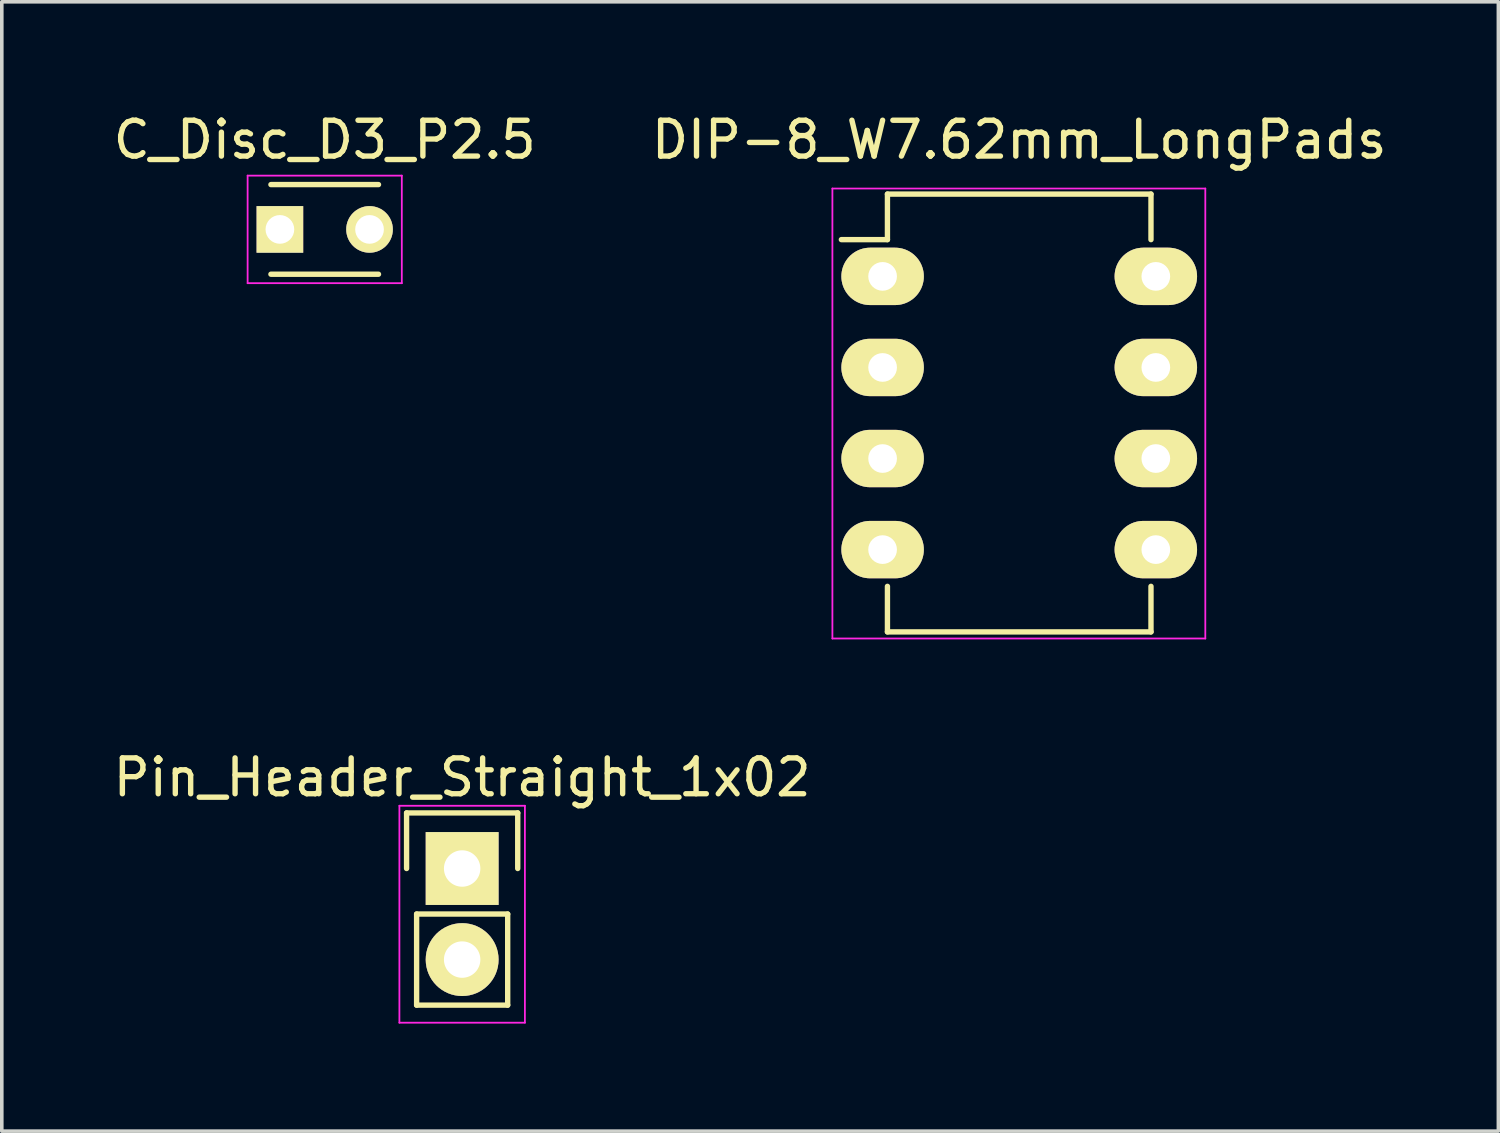
<source format=kicad_pcb>
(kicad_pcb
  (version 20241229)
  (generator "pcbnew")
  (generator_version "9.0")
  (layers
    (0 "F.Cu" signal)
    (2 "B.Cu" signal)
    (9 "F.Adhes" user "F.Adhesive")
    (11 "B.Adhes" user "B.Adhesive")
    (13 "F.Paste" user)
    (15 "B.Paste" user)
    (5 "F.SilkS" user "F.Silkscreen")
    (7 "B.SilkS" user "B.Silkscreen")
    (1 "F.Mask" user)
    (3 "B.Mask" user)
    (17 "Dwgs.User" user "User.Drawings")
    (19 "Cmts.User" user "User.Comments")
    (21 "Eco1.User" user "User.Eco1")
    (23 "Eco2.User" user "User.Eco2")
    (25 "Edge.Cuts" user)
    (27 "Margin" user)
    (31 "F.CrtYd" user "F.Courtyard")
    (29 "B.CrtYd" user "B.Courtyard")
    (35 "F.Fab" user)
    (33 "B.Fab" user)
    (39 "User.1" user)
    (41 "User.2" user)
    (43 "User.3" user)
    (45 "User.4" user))
  (footprint "DIP-8_W7.62mm_LongPads"
    (layer "F.Cu")
    (at 21.565 4.658)
    (property "Reference" "DIP-8_W7.62mm_LongPads" (at 3.81 -3.81 0) (layer "F.SilkS") (effects (font (size 1 1) (thickness 0.15))))
    (attr through_hole)
    (fp_line (start 0.135 -2.295) (end 0.135 -1.025) (stroke (width 0.15) (type solid)) (layer "F.SilkS"))
    (fp_line (start 0.135 -2.295) (end 7.485 -2.295) (stroke (width 0.15) (type solid)) (layer "F.SilkS"))
    (fp_line (start 0.135 -1.025) (end -1.15 -1.025) (stroke (width 0.15) (type solid)) (layer "F.SilkS"))
    (fp_line (start 0.135 9.915) (end 0.135 8.645) (stroke (width 0.15) (type solid)) (layer "F.SilkS"))
    (fp_line (start 0.135 9.915) (end 7.485 9.915) (stroke (width 0.15) (type solid)) (layer "F.SilkS"))
    (fp_line (start 7.485 -2.295) (end 7.485 -1.025) (stroke (width 0.15) (type solid)) (layer "F.SilkS"))
    (fp_line (start 7.485 9.915) (end 7.485 8.645) (stroke (width 0.15) (type solid)) (layer "F.SilkS"))
    (fp_line (start -1.4 -2.45) (end -1.4 10.1) (stroke (width 0.05) (type solid)) (layer "F.CrtYd"))
    (fp_line (start -1.4 -2.45) (end 9 -2.45) (stroke (width 0.05) (type solid)) (layer "F.CrtYd"))
    (fp_line (start -1.4 10.1) (end 9 10.1) (stroke (width 0.05) (type solid)) (layer "F.CrtYd"))
    (fp_line (start 9 -2.45) (end 9 10.1) (stroke (width 0.05) (type solid)) (layer "F.CrtYd"))
    (pad "1" thru_hole oval (at 0 0) (size 2.3 1.6) (drill 0.8) (layers "*.Cu" "*.Mask" "F.SilkS"))
    (pad "2" thru_hole oval (at 0 2.54) (size 2.3 1.6) (drill 0.8) (layers "*.Cu" "*.Mask" "F.SilkS"))
    (pad "3" thru_hole oval (at 0 5.08) (size 2.3 1.6) (drill 0.8) (layers "*.Cu" "*.Mask" "F.SilkS"))
    (pad "4" thru_hole oval (at 0 7.62) (size 2.3 1.6) (drill 0.8) (layers "*.Cu" "*.Mask" "F.SilkS"))
    (pad "5" thru_hole oval (at 7.62 7.62) (size 2.3 1.6) (drill 0.8) (layers "*.Cu" "*.Mask" "F.SilkS"))
    (pad "6" thru_hole oval (at 7.62 5.08) (size 2.3 1.6) (drill 0.8) (layers "*.Cu" "*.Mask" "F.SilkS"))
    (pad "7" thru_hole oval (at 7.62 2.54) (size 2.3 1.6) (drill 0.8) (layers "*.Cu" "*.Mask" "F.SilkS"))
    (pad "8" thru_hole oval (at 7.62 0) (size 2.3 1.6) (drill 0.8) (layers "*.Cu" "*.Mask" "F.SilkS")))
  (footprint "C_Disc_D3_P2.5"
    (layer "F.Cu")
    (at 4.756 3.348)
    (property "Reference" "C_Disc_D3_P2.5" (at 1.25 -2.5 0) (layer "F.SilkS") (effects (font (size 1 1) (thickness 0.15))))
    (attr through_hole)
    (fp_line (start -0.25 -1.25) (end 2.75 -1.25) (stroke (width 0.15) (type solid)) (layer "F.SilkS"))
    (fp_line (start 2.75 1.25) (end -0.25 1.25) (stroke (width 0.15) (type solid)) (layer "F.SilkS"))
    (fp_line (start -0.9 -1.5) (end 3.4 -1.5) (stroke (width 0.05) (type solid)) (layer "F.CrtYd"))
    (fp_line (start -0.9 1.5) (end -0.9 -1.5) (stroke (width 0.05) (type solid)) (layer "F.CrtYd"))
    (fp_line (start 3.4 -1.5) (end 3.4 1.5) (stroke (width 0.05) (type solid)) (layer "F.CrtYd"))
    (fp_line (start 3.4 1.5) (end -0.9 1.5) (stroke (width 0.05) (type solid)) (layer "F.CrtYd"))
    (pad "1" thru_hole rect (at 0 0) (size 1.3 1.3) (drill 0.8) (layers "*.Cu" "*.Mask" "F.SilkS"))
    (pad "2" thru_hole circle (at 2.5 0) (size 1.3 1.3) (drill 0.8) (layers "*.Cu" "*.Mask" "F.SilkS")))
  (footprint "Pin_Header_Straight_1x02"
    (layer "F.Cu")
    (at 9.839 21.172)
    (property "Reference" "Pin_Header_Straight_1x02" (at 0 -2.54 0) (layer "F.SilkS") (effects (font (size 1 1) (thickness 0.15))))
    (attr through_hole)
    (fp_line (start -1.55 -1.55) (end 1.55 -1.55) (stroke (width 0.15) (type solid)) (layer "F.SilkS"))
    (fp_line (start -1.55 0) (end -1.55 -1.55) (stroke (width 0.15) (type solid)) (layer "F.SilkS"))
    (fp_line (start -1.27 1.27) (end -1.27 3.81) (stroke (width 0.15) (type solid)) (layer "F.SilkS"))
    (fp_line (start -1.27 3.81) (end 1.27 3.81) (stroke (width 0.15) (type solid)) (layer "F.SilkS"))
    (fp_line (start 1.27 1.27) (end -1.27 1.27) (stroke (width 0.15) (type solid)) (layer "F.SilkS"))
    (fp_line (start 1.27 1.27) (end 1.27 3.81) (stroke (width 0.15) (type solid)) (layer "F.SilkS"))
    (fp_line (start 1.55 -1.55) (end 1.55 0) (stroke (width 0.15) (type solid)) (layer "F.SilkS"))
    (fp_line (start -1.75 -1.75) (end -1.75 4.3) (stroke (width 0.05) (type solid)) (layer "F.CrtYd"))
    (fp_line (start -1.75 -1.75) (end 1.75 -1.75) (stroke (width 0.05) (type solid)) (layer "F.CrtYd"))
    (fp_line (start -1.75 4.3) (end 1.75 4.3) (stroke (width 0.05) (type solid)) (layer "F.CrtYd"))
    (fp_line (start 1.75 -1.75) (end 1.75 4.3) (stroke (width 0.05) (type solid)) (layer "F.CrtYd"))
    (pad "1" thru_hole rect (at 0 0) (size 2.032 2.032) (drill 1.016) (layers "*.Cu" "*.Mask" "F.SilkS"))
    (pad "2" thru_hole oval (at 0 2.54) (size 2.032 2.032) (drill 1.016) (layers "*.Cu" "*.Mask" "F.SilkS")))
  (gr_rect
    (start -3 -3)
    (end 38.738 28.497)
    (stroke (width 0.1) (type default))
    (fill no)
    (layer "Edge.Cuts")))
</source>
